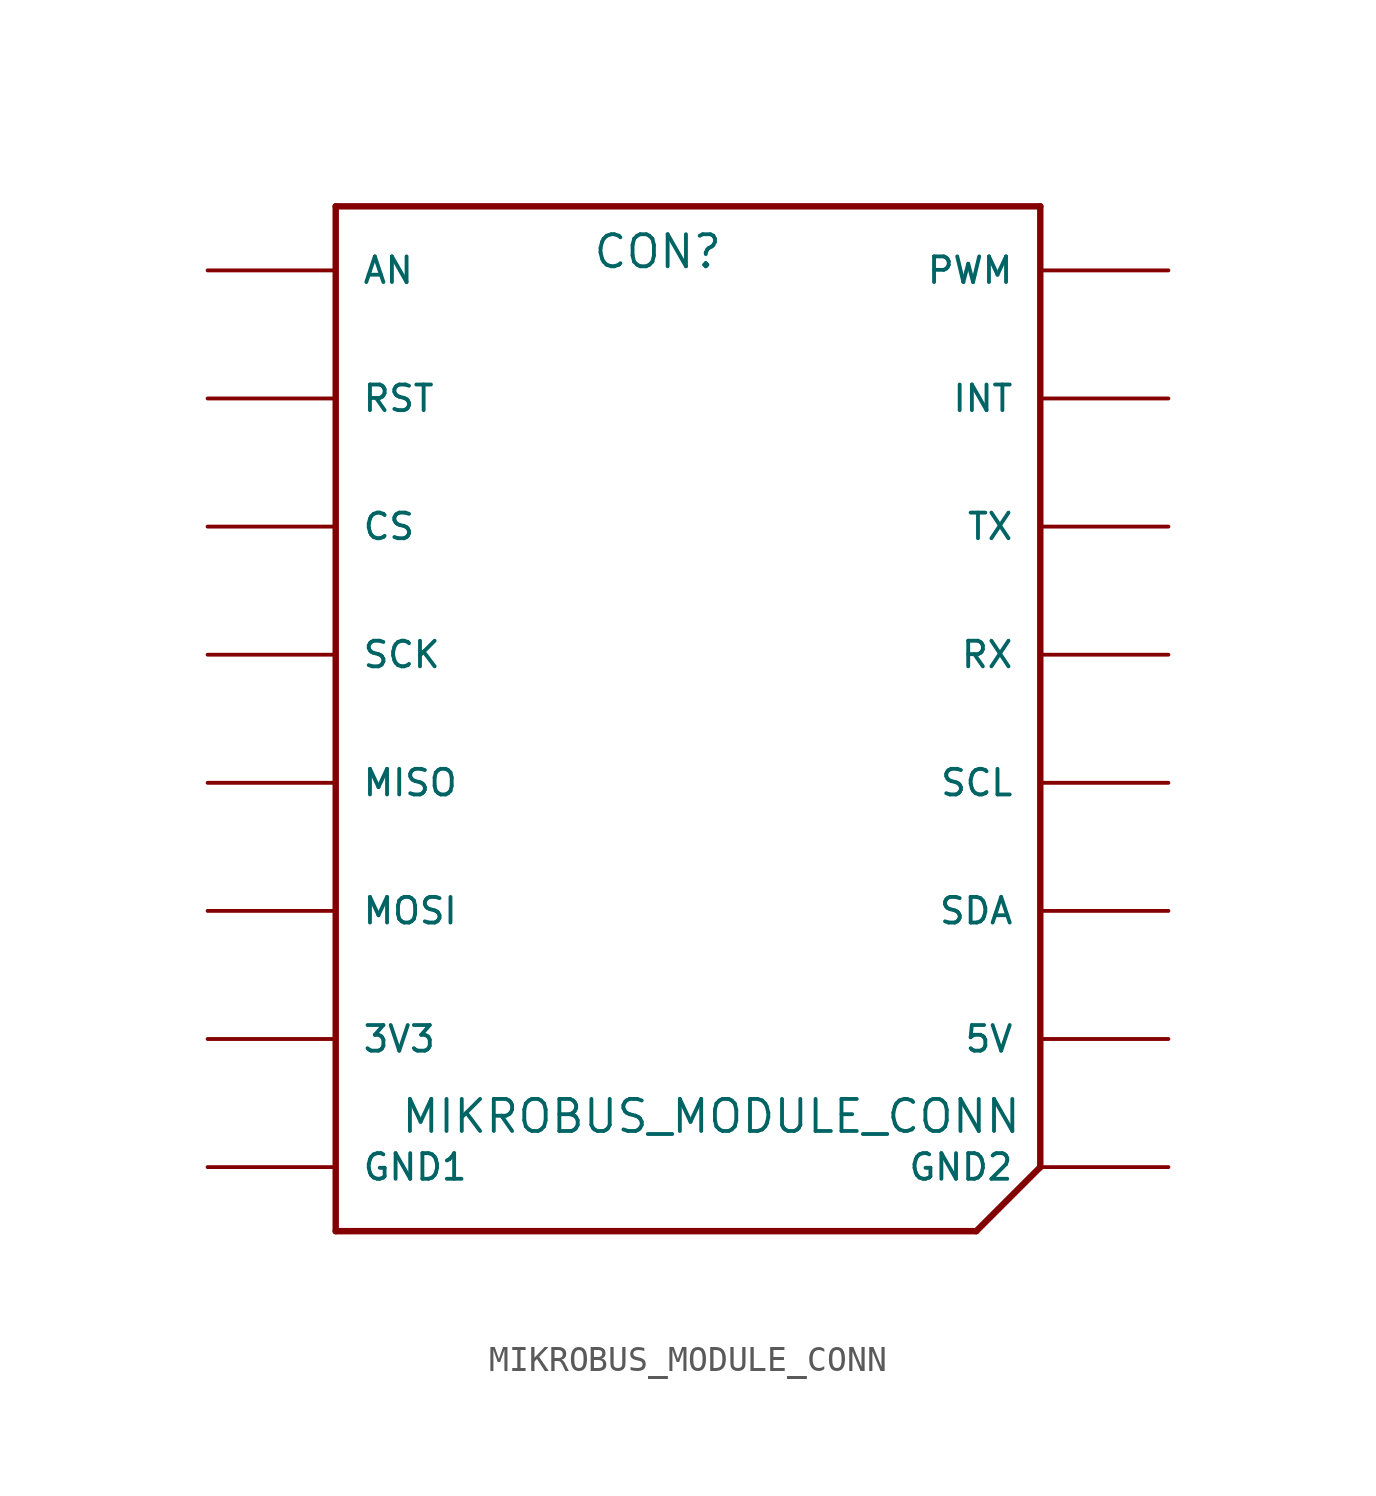
<source format=kicad_sym>
(kicad_symbol_lib
  (version 20241209)
  (generator "kicad_symbol_editor")
  (generator_version "9.0")
  (symbol "MIKROBUS_MODULE_CONN"
    (pin_numbers
      (hide yes))
    (pin_names
      (offset 1.016))
    (property "Reference" "CON"
      (at 10.16 38.1 0)
      (effects (font (size 1.27 1.27)) (justify left bottom)))
    (property "Value" "MIKROBUS_MODULE_CONN"
      (at 2.54 3.81 0)
      (effects (font (size 1.27 1.27)) (justify left bottom)))
    (symbol "MIKROBUS_MODULE_CONN_0_0"
      (polyline (pts (xy 0 40.64) (xy 27.94 40.64)) (stroke (width 0.254) (type solid)) (fill (type none)))
      (polyline (pts (xy 0 0) (xy 0 40.64)) (stroke (width 0.254) (type solid)) (fill (type none)))
      (polyline (pts (xy 25.4 0) (xy 0 0)) (stroke (width 0.254) (type solid)) (fill (type none)))
      (polyline (pts (xy 27.94 40.64) (xy 27.94 2.54)) (stroke (width 0.254) (type solid)) (fill (type none)))
      (polyline (pts (xy 27.94 2.54) (xy 25.4 0)) (stroke (width 0.254) (type solid)) (fill (type none)))
      (pin bidirectional line (at -5.08 38.1 0) (length 5.08) (name "AN" (effects (font (size 1.016 1.016)))) (number "P1" (effects (font (size 1.016 1.016)))))
      (pin bidirectional line (at -5.08 33.02 0) (length 5.08) (name "RST" (effects (font (size 1.016 1.016)))) (number "P2" (effects (font (size 1.016 1.016)))))
      (pin bidirectional line (at -5.08 27.94 0) (length 5.08) (name "CS" (effects (font (size 1.016 1.016)))) (number "P3" (effects (font (size 1.016 1.016)))))
      (pin bidirectional line (at -5.08 22.86 0) (length 5.08) (name "SCK" (effects (font (size 1.016 1.016)))) (number "P4" (effects (font (size 1.016 1.016)))))
      (pin bidirectional line (at -5.08 17.78 0) (length 5.08) (name "MISO" (effects (font (size 1.016 1.016)))) (number "P5" (effects (font (size 1.016 1.016)))))
      (pin bidirectional line (at -5.08 12.7 0) (length 5.08) (name "MOSI" (effects (font (size 1.016 1.016)))) (number "P6" (effects (font (size 1.016 1.016)))))
      (pin power_in line (at -5.08 7.62 0) (length 5.08) (name "3V3" (effects (font (size 1.016 1.016)))) (number "P7" (effects (font (size 1.016 1.016)))))
      (pin bidirectional line (at -5.08 2.54 0) (length 5.08) (name "GND1" (effects (font (size 1.016 1.016)))) (number "P8" (effects (font (size 1.016 1.016)))))
      (pin bidirectional line (at 33.02 38.1 180) (length 5.08) (name "PWM" (effects (font (size 1.016 1.016)))) (number "P16" (effects (font (size 1.016 1.016)))))
      (pin bidirectional line (at 33.02 33.02 180) (length 5.08) (name "INT" (effects (font (size 1.016 1.016)))) (number "P15" (effects (font (size 1.016 1.016)))))
      (pin bidirectional line (at 33.02 27.94 180) (length 5.08) (name "TX" (effects (font (size 1.016 1.016)))) (number "P14" (effects (font (size 1.016 1.016)))))
      (pin bidirectional line (at 33.02 22.86 180) (length 5.08) (name "RX" (effects (font (size 1.016 1.016)))) (number "P13" (effects (font (size 1.016 1.016)))))
      (pin bidirectional line (at 33.02 17.78 180) (length 5.08) (name "SCL" (effects (font (size 1.016 1.016)))) (number "P12" (effects (font (size 1.016 1.016)))))
      (pin bidirectional line (at 33.02 12.7 180) (length 5.08) (name "SDA" (effects (font (size 1.016 1.016)))) (number "P11" (effects (font (size 1.016 1.016)))))
      (pin power_in line (at 33.02 7.62 180) (length 5.08) (name "5V" (effects (font (size 1.016 1.016)))) (number "P10" (effects (font (size 1.016 1.016)))))
      (pin bidirectional line (at 33.02 2.54 180) (length 5.08) (name "GND2" (effects (font (size 1.016 1.016)))) (number "P9" (effects (font (size 1.016 1.016))))))))
</source>
